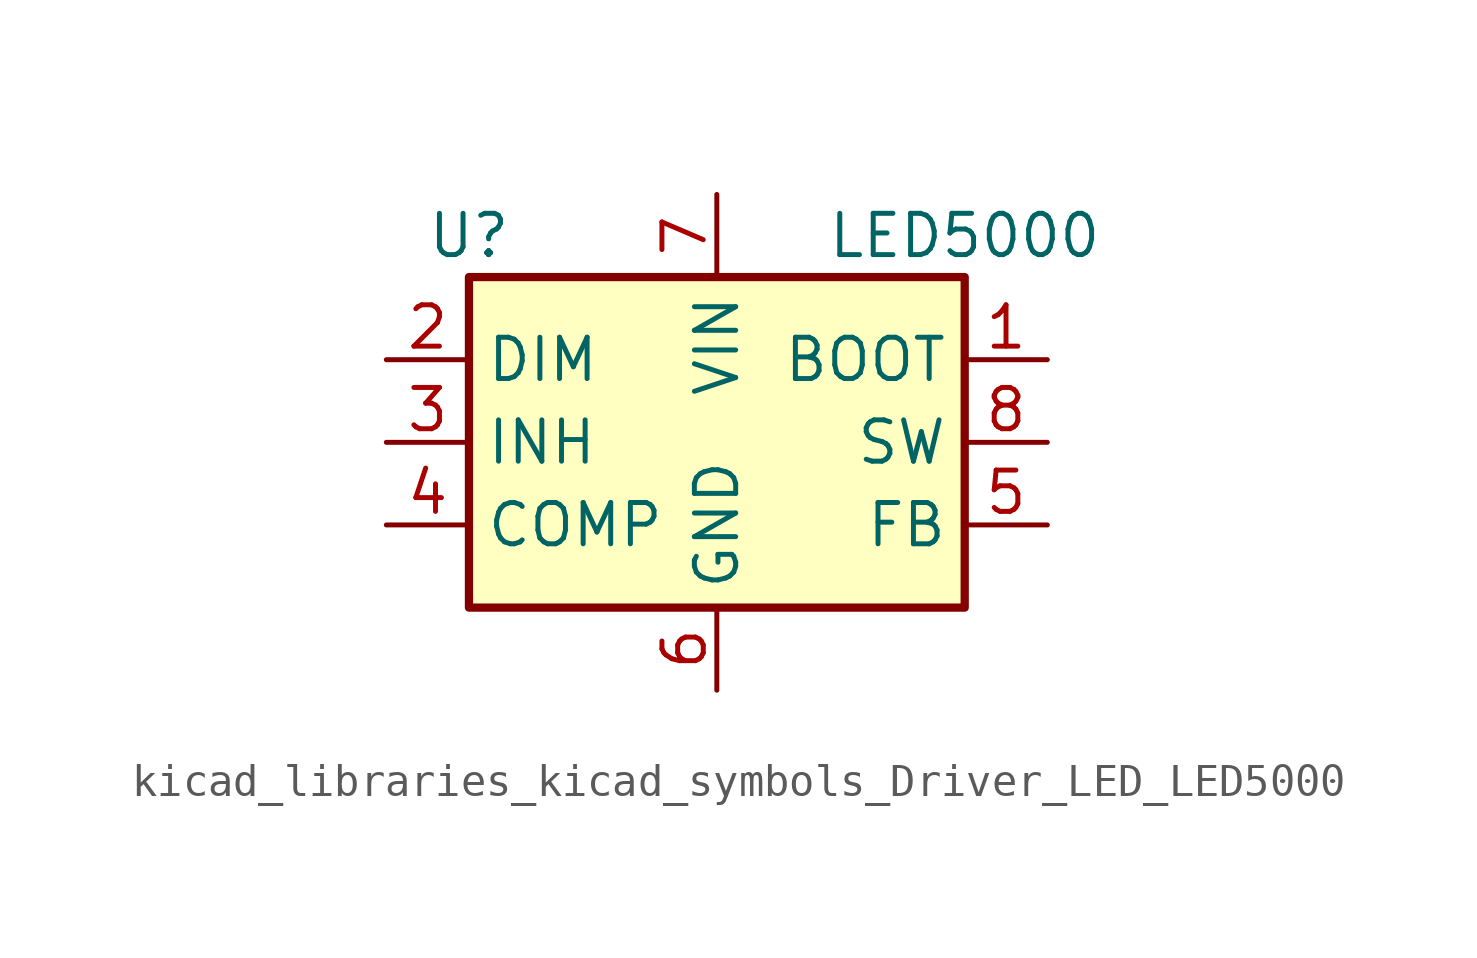
<source format=kicad_sym>
(kicad_symbol_lib
  (version 20220914)
  (generator kicad_symbol_editor)
  (symbol "kicad_libraries_kicad_symbols_Driver_LED_LED5000"
    (property "Reference" "U"
      (at -7.62 6.35 0)
      (effects (font (size 1.27 1.27))))
    (property "Value" "LED5000"
      (at 7.62 6.35 0)
      (effects (font (size 1.27 1.27))))
    (symbol "kicad_libraries_kicad_symbols_Driver_LED_LED5000_1_0"
      (pin passive line (at 10.16 2.54 180) (length 2.54) (name "BOOT" (effects (font (size 1.27 1.27)))) (number "1" (effects (font (size 1.27 1.27)))))
      (pin input line (at -10.16 2.54 0) (length 2.54) (name "DIM" (effects (font (size 1.27 1.27)))) (number "2" (effects (font (size 1.27 1.27)))))
      (pin input line (at -10.16 0 0) (length 2.54) (name "INH" (effects (font (size 1.27 1.27)))) (number "3" (effects (font (size 1.27 1.27)))))
      (pin passive line (at -10.16 -2.54 0) (length 2.54) (name "COMP" (effects (font (size 1.27 1.27)))) (number "4" (effects (font (size 1.27 1.27)))))
      (pin input line (at 10.16 -2.54 180) (length 2.54) (name "FB" (effects (font (size 1.27 1.27)))) (number "5" (effects (font (size 1.27 1.27)))))
      (pin power_in line (at 0 -7.62 90) (length 2.54) (name "GND" (effects (font (size 1.27 1.27)))) (number "6" (effects (font (size 1.27 1.27)))))
      (pin power_in line (at 0 7.62 270) (length 2.54) (name "VIN" (effects (font (size 1.27 1.27)))) (number "7" (effects (font (size 1.27 1.27)))))
      (pin output line (at 10.16 0 180) (length 2.54) (name "SW" (effects (font (size 1.27 1.27)))) (number "8" (effects (font (size 1.27 1.27)))))
      (pin passive line (at 0 -7.62 90) (length 2.54) hide (name "GND" (effects (font (size 1.27 1.27)))) (number "9" (effects (font (size 1.27 1.27))))))
    (symbol "kicad_libraries_kicad_symbols_Driver_LED_LED5000_1_1"
      (rectangle (start -7.62 5.08) (end 7.62 -5.08) (stroke (width 0.254) (type default)) (fill (type background))))))
</source>
